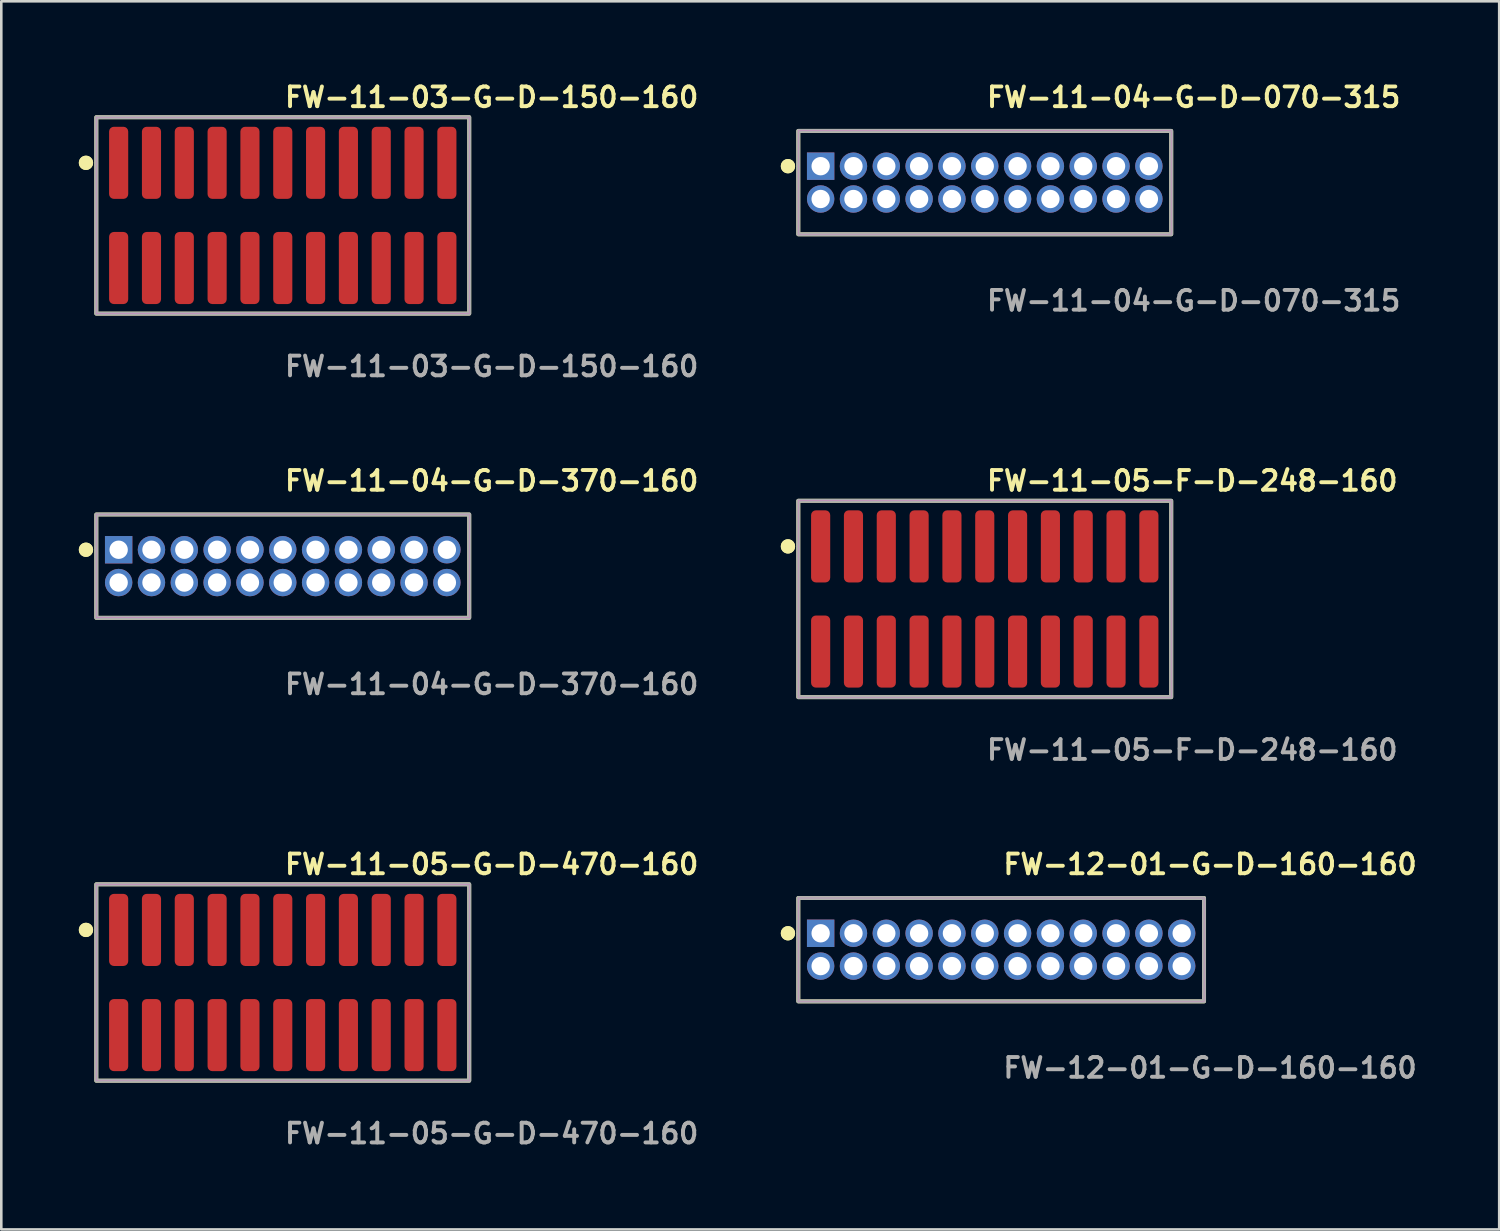
<source format=kicad_pcb>
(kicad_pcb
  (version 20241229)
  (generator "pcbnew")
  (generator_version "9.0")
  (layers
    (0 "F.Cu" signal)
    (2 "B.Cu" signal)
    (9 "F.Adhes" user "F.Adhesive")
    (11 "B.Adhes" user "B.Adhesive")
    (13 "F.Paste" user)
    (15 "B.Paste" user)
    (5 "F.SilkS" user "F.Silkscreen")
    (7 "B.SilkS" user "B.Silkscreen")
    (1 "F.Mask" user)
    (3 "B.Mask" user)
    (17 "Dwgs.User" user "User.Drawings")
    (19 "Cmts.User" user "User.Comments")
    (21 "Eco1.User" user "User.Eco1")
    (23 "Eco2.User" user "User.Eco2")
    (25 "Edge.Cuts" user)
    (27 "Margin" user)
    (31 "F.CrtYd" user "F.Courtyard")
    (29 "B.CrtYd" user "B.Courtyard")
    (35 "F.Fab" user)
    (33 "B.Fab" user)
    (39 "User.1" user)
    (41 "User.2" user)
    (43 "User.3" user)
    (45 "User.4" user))
  (footprint "FW-11-04-G-D-070-315"
    (layer "F.Cu")
    (at 35.053 4.015)
    (property "Reference" "FW-11-04-G-D-070-315" (at 0 -3.302 0) (unlocked yes) (layer "F.SilkS") (effects (font (size 0.762 0.762) (thickness 0.152)) (justify left)))
    (fp_rect (start -7.215 2) (end 7.215 -2) (stroke (width 0.152) (type solid)) (fill no) (layer "F.SilkS"))
    (fp_circle (center -7.615 -0.635) (end -7.815 -0.635) (stroke (width 0.152) (type solid)) (fill yes) (layer "F.SilkS"))
    (fp_circle (center -7.615 -0.635) (end -7.815 -0.635) (stroke (width 0.152) (type solid)) (fill yes) (layer "F.SilkS"))
    (fp_rect (start -7.215 2) (end 7.215 -2) (stroke (width 0.006) (type solid)) (fill no) (layer "F.CrtYd"))
    (fp_rect (start -7.215 2) (end 7.215 -2) (stroke (width 0.152) (type solid)) (fill no) (layer "F.Fab"))
    (fp_text user "${REFERENCE}" (at 0 4.572 0) (unlocked yes) (layer "F.Fab") (effects (font (size 0.762 0.762) (thickness 0.152)) (justify left)))
    (pad "1" thru_hole rect (at -6.35 -0.635) (size 1.06 1.06) (drill 0.71) (layers "*.Cu" "*.Mask"))
    (pad "2" thru_hole circle (at -6.35 0.635) (size 1.06 1.06) (drill 0.71) (layers "*.Cu" "*.Mask"))
    (pad "3" thru_hole circle (at -5.08 -0.635) (size 1.06 1.06) (drill 0.71) (layers "*.Cu" "*.Mask"))
    (pad "4" thru_hole circle (at -5.08 0.635) (size 1.06 1.06) (drill 0.71) (layers "*.Cu" "*.Mask"))
    (pad "5" thru_hole circle (at -3.81 -0.635) (size 1.06 1.06) (drill 0.71) (layers "*.Cu" "*.Mask"))
    (pad "6" thru_hole circle (at -3.81 0.635) (size 1.06 1.06) (drill 0.71) (layers "*.Cu" "*.Mask"))
    (pad "7" thru_hole circle (at -2.54 -0.635) (size 1.06 1.06) (drill 0.71) (layers "*.Cu" "*.Mask"))
    (pad "8" thru_hole circle (at -2.54 0.635) (size 1.06 1.06) (drill 0.71) (layers "*.Cu" "*.Mask"))
    (pad "9" thru_hole circle (at -1.27 -0.635) (size 1.06 1.06) (drill 0.71) (layers "*.Cu" "*.Mask"))
    (pad "10" thru_hole circle (at -1.27 0.635) (size 1.06 1.06) (drill 0.71) (layers "*.Cu" "*.Mask"))
    (pad "11" thru_hole circle (at 0 -0.635) (size 1.06 1.06) (drill 0.71) (layers "*.Cu" "*.Mask"))
    (pad "12" thru_hole circle (at 0 0.635) (size 1.06 1.06) (drill 0.71) (layers "*.Cu" "*.Mask"))
    (pad "13" thru_hole circle (at 1.27 -0.635) (size 1.06 1.06) (drill 0.71) (layers "*.Cu" "*.Mask"))
    (pad "14" thru_hole circle (at 1.27 0.635) (size 1.06 1.06) (drill 0.71) (layers "*.Cu" "*.Mask"))
    (pad "15" thru_hole circle (at 2.54 -0.635) (size 1.06 1.06) (drill 0.71) (layers "*.Cu" "*.Mask"))
    (pad "16" thru_hole circle (at 2.54 0.635) (size 1.06 1.06) (drill 0.71) (layers "*.Cu" "*.Mask"))
    (pad "17" thru_hole circle (at 3.81 -0.635) (size 1.06 1.06) (drill 0.71) (layers "*.Cu" "*.Mask"))
    (pad "18" thru_hole circle (at 3.81 0.635) (size 1.06 1.06) (drill 0.71) (layers "*.Cu" "*.Mask"))
    (pad "19" thru_hole circle (at 5.08 -0.635) (size 1.06 1.06) (drill 0.71) (layers "*.Cu" "*.Mask"))
    (pad "20" thru_hole circle (at 5.08 0.635) (size 1.06 1.06) (drill 0.71) (layers "*.Cu" "*.Mask"))
    (pad "21" thru_hole circle (at 6.35 -0.635) (size 1.06 1.06) (drill 0.71) (layers "*.Cu" "*.Mask"))
    (pad "22" thru_hole circle (at 6.35 0.635) (size 1.06 1.06) (drill 0.71) (layers "*.Cu" "*.Mask")))
  (footprint "FW-11-05-G-D-470-160"
    (layer "F.Cu")
    (at 7.891 34.966)
    (property "Reference" "FW-11-05-G-D-470-160" (at 0 -4.572 0) (unlocked yes) (layer "F.SilkS") (effects (font (size 0.762 0.762) (thickness 0.152)) (justify left)))
    (fp_rect (start -7.215 3.8) (end 7.215 -3.8) (stroke (width 0.152) (type solid)) (fill no) (layer "F.SilkS"))
    (fp_circle (center -7.615 -2.035) (end -7.815 -2.035) (stroke (width 0.152) (type solid)) (fill yes) (layer "F.SilkS"))
    (fp_circle (center -7.615 -2.035) (end -7.815 -2.035) (stroke (width 0.152) (type solid)) (fill yes) (layer "F.SilkS"))
    (fp_rect (start -7.215 3.8) (end 7.215 -3.8) (stroke (width 0.006) (type solid)) (fill no) (layer "F.CrtYd"))
    (fp_rect (start -7.215 3.8) (end 7.215 -3.8) (stroke (width 0.152) (type solid)) (fill no) (layer "F.Fab"))
    (fp_text user "${REFERENCE}" (at 0 5.842 0) (unlocked yes) (layer "F.Fab") (effects (font (size 0.762 0.762) (thickness 0.152)) (justify left)))
    (pad "1" smd roundrect (at -6.35 -2.035) (size 0.74 2.79) (layers "F.Cu" "F.Paste") (roundrect_rratio 0.25))
    (pad "2" smd roundrect (at -6.35 2.035) (size 0.74 2.79) (layers "F.Cu" "F.Paste") (roundrect_rratio 0.25))
    (pad "3" smd roundrect (at -5.08 -2.035) (size 0.74 2.79) (layers "F.Cu" "F.Paste") (roundrect_rratio 0.25))
    (pad "4" smd roundrect (at -5.08 2.035) (size 0.74 2.79) (layers "F.Cu" "F.Paste") (roundrect_rratio 0.25))
    (pad "5" smd roundrect (at -3.81 -2.035) (size 0.74 2.79) (layers "F.Cu" "F.Paste") (roundrect_rratio 0.25))
    (pad "6" smd roundrect (at -3.81 2.035) (size 0.74 2.79) (layers "F.Cu" "F.Paste") (roundrect_rratio 0.25))
    (pad "7" smd roundrect (at -2.54 -2.035) (size 0.74 2.79) (layers "F.Cu" "F.Paste") (roundrect_rratio 0.25))
    (pad "8" smd roundrect (at -2.54 2.035) (size 0.74 2.79) (layers "F.Cu" "F.Paste") (roundrect_rratio 0.25))
    (pad "9" smd roundrect (at -1.27 -2.035) (size 0.74 2.79) (layers "F.Cu" "F.Paste") (roundrect_rratio 0.25))
    (pad "10" smd roundrect (at -1.27 2.035) (size 0.74 2.79) (layers "F.Cu" "F.Paste") (roundrect_rratio 0.25))
    (pad "11" smd roundrect (at 0 -2.035) (size 0.74 2.79) (layers "F.Cu" "F.Paste") (roundrect_rratio 0.25))
    (pad "12" smd roundrect (at 0 2.035) (size 0.74 2.79) (layers "F.Cu" "F.Paste") (roundrect_rratio 0.25))
    (pad "13" smd roundrect (at 1.27 -2.035) (size 0.74 2.79) (layers "F.Cu" "F.Paste") (roundrect_rratio 0.25))
    (pad "14" smd roundrect (at 1.27 2.035) (size 0.74 2.79) (layers "F.Cu" "F.Paste") (roundrect_rratio 0.25))
    (pad "15" smd roundrect (at 2.54 -2.035) (size 0.74 2.79) (layers "F.Cu" "F.Paste") (roundrect_rratio 0.25))
    (pad "16" smd roundrect (at 2.54 2.035) (size 0.74 2.79) (layers "F.Cu" "F.Paste") (roundrect_rratio 0.25))
    (pad "17" smd roundrect (at 3.81 -2.035) (size 0.74 2.79) (layers "F.Cu" "F.Paste") (roundrect_rratio 0.25))
    (pad "18" smd roundrect (at 3.81 2.035) (size 0.74 2.79) (layers "F.Cu" "F.Paste") (roundrect_rratio 0.25))
    (pad "19" smd roundrect (at 5.08 -2.035) (size 0.74 2.79) (layers "F.Cu" "F.Paste") (roundrect_rratio 0.25))
    (pad "20" smd roundrect (at 5.08 2.035) (size 0.74 2.79) (layers "F.Cu" "F.Paste") (roundrect_rratio 0.25))
    (pad "21" smd roundrect (at 6.35 -2.035) (size 0.74 2.79) (layers "F.Cu" "F.Paste") (roundrect_rratio 0.25))
    (pad "22" smd roundrect (at 6.35 2.035) (size 0.74 2.79) (layers "F.Cu" "F.Paste") (roundrect_rratio 0.25)))
  (footprint "FW-11-05-F-D-248-160"
    (layer "F.Cu")
    (at 35.053 20.126)
    (property "Reference" "FW-11-05-F-D-248-160" (at 0 -4.572 0) (unlocked yes) (layer "F.SilkS") (effects (font (size 0.762 0.762) (thickness 0.152)) (justify left)))
    (fp_rect (start -7.215 3.8) (end 7.215 -3.8) (stroke (width 0.152) (type solid)) (fill no) (layer "F.SilkS"))
    (fp_circle (center -7.615 -2.035) (end -7.815 -2.035) (stroke (width 0.152) (type solid)) (fill yes) (layer "F.SilkS"))
    (fp_circle (center -7.615 -2.035) (end -7.815 -2.035) (stroke (width 0.152) (type solid)) (fill yes) (layer "F.SilkS"))
    (fp_rect (start -7.215 3.8) (end 7.215 -3.8) (stroke (width 0.006) (type solid)) (fill no) (layer "F.CrtYd"))
    (fp_rect (start -7.215 3.8) (end 7.215 -3.8) (stroke (width 0.152) (type solid)) (fill no) (layer "F.Fab"))
    (fp_text user "${REFERENCE}" (at 0 5.842 0) (unlocked yes) (layer "F.Fab") (effects (font (size 0.762 0.762) (thickness 0.152)) (justify left)))
    (pad "1" smd roundrect (at -6.35 -2.035) (size 0.74 2.79) (layers "F.Cu" "F.Paste") (roundrect_rratio 0.25))
    (pad "2" smd roundrect (at -6.35 2.035) (size 0.74 2.79) (layers "F.Cu" "F.Paste") (roundrect_rratio 0.25))
    (pad "3" smd roundrect (at -5.08 -2.035) (size 0.74 2.79) (layers "F.Cu" "F.Paste") (roundrect_rratio 0.25))
    (pad "4" smd roundrect (at -5.08 2.035) (size 0.74 2.79) (layers "F.Cu" "F.Paste") (roundrect_rratio 0.25))
    (pad "5" smd roundrect (at -3.81 -2.035) (size 0.74 2.79) (layers "F.Cu" "F.Paste") (roundrect_rratio 0.25))
    (pad "6" smd roundrect (at -3.81 2.035) (size 0.74 2.79) (layers "F.Cu" "F.Paste") (roundrect_rratio 0.25))
    (pad "7" smd roundrect (at -2.54 -2.035) (size 0.74 2.79) (layers "F.Cu" "F.Paste") (roundrect_rratio 0.25))
    (pad "8" smd roundrect (at -2.54 2.035) (size 0.74 2.79) (layers "F.Cu" "F.Paste") (roundrect_rratio 0.25))
    (pad "9" smd roundrect (at -1.27 -2.035) (size 0.74 2.79) (layers "F.Cu" "F.Paste") (roundrect_rratio 0.25))
    (pad "10" smd roundrect (at -1.27 2.035) (size 0.74 2.79) (layers "F.Cu" "F.Paste") (roundrect_rratio 0.25))
    (pad "11" smd roundrect (at 0 -2.035) (size 0.74 2.79) (layers "F.Cu" "F.Paste") (roundrect_rratio 0.25))
    (pad "12" smd roundrect (at 0 2.035) (size 0.74 2.79) (layers "F.Cu" "F.Paste") (roundrect_rratio 0.25))
    (pad "13" smd roundrect (at 1.27 -2.035) (size 0.74 2.79) (layers "F.Cu" "F.Paste") (roundrect_rratio 0.25))
    (pad "14" smd roundrect (at 1.27 2.035) (size 0.74 2.79) (layers "F.Cu" "F.Paste") (roundrect_rratio 0.25))
    (pad "15" smd roundrect (at 2.54 -2.035) (size 0.74 2.79) (layers "F.Cu" "F.Paste") (roundrect_rratio 0.25))
    (pad "16" smd roundrect (at 2.54 2.035) (size 0.74 2.79) (layers "F.Cu" "F.Paste") (roundrect_rratio 0.25))
    (pad "17" smd roundrect (at 3.81 -2.035) (size 0.74 2.79) (layers "F.Cu" "F.Paste") (roundrect_rratio 0.25))
    (pad "18" smd roundrect (at 3.81 2.035) (size 0.74 2.79) (layers "F.Cu" "F.Paste") (roundrect_rratio 0.25))
    (pad "19" smd roundrect (at 5.08 -2.035) (size 0.74 2.79) (layers "F.Cu" "F.Paste") (roundrect_rratio 0.25))
    (pad "20" smd roundrect (at 5.08 2.035) (size 0.74 2.79) (layers "F.Cu" "F.Paste") (roundrect_rratio 0.25))
    (pad "21" smd roundrect (at 6.35 -2.035) (size 0.74 2.79) (layers "F.Cu" "F.Paste") (roundrect_rratio 0.25))
    (pad "22" smd roundrect (at 6.35 2.035) (size 0.74 2.79) (layers "F.Cu" "F.Paste") (roundrect_rratio 0.25)))
  (footprint "FW-11-03-G-D-150-160"
    (layer "F.Cu")
    (at 7.891 5.285)
    (property "Reference" "FW-11-03-G-D-150-160" (at 0 -4.572 0) (unlocked yes) (layer "F.SilkS") (effects (font (size 0.762 0.762) (thickness 0.152)) (justify left)))
    (fp_rect (start -7.215 3.8) (end 7.215 -3.8) (stroke (width 0.152) (type solid)) (fill no) (layer "F.SilkS"))
    (fp_circle (center -7.615 -2.035) (end -7.815 -2.035) (stroke (width 0.152) (type solid)) (fill yes) (layer "F.SilkS"))
    (fp_circle (center -7.615 -2.035) (end -7.815 -2.035) (stroke (width 0.152) (type solid)) (fill yes) (layer "F.SilkS"))
    (fp_rect (start -7.215 3.8) (end 7.215 -3.8) (stroke (width 0.006) (type solid)) (fill no) (layer "F.CrtYd"))
    (fp_rect (start -7.215 3.8) (end 7.215 -3.8) (stroke (width 0.152) (type solid)) (fill no) (layer "F.Fab"))
    (fp_text user "${REFERENCE}" (at 0 5.842 0) (unlocked yes) (layer "F.Fab") (effects (font (size 0.762 0.762) (thickness 0.152)) (justify left)))
    (pad "1" smd roundrect (at -6.35 -2.035) (size 0.74 2.79) (layers "F.Cu" "F.Paste") (roundrect_rratio 0.25))
    (pad "2" smd roundrect (at -6.35 2.035) (size 0.74 2.79) (layers "F.Cu" "F.Paste") (roundrect_rratio 0.25))
    (pad "3" smd roundrect (at -5.08 -2.035) (size 0.74 2.79) (layers "F.Cu" "F.Paste") (roundrect_rratio 0.25))
    (pad "4" smd roundrect (at -5.08 2.035) (size 0.74 2.79) (layers "F.Cu" "F.Paste") (roundrect_rratio 0.25))
    (pad "5" smd roundrect (at -3.81 -2.035) (size 0.74 2.79) (layers "F.Cu" "F.Paste") (roundrect_rratio 0.25))
    (pad "6" smd roundrect (at -3.81 2.035) (size 0.74 2.79) (layers "F.Cu" "F.Paste") (roundrect_rratio 0.25))
    (pad "7" smd roundrect (at -2.54 -2.035) (size 0.74 2.79) (layers "F.Cu" "F.Paste") (roundrect_rratio 0.25))
    (pad "8" smd roundrect (at -2.54 2.035) (size 0.74 2.79) (layers "F.Cu" "F.Paste") (roundrect_rratio 0.25))
    (pad "9" smd roundrect (at -1.27 -2.035) (size 0.74 2.79) (layers "F.Cu" "F.Paste") (roundrect_rratio 0.25))
    (pad "10" smd roundrect (at -1.27 2.035) (size 0.74 2.79) (layers "F.Cu" "F.Paste") (roundrect_rratio 0.25))
    (pad "11" smd roundrect (at 0 -2.035) (size 0.74 2.79) (layers "F.Cu" "F.Paste") (roundrect_rratio 0.25))
    (pad "12" smd roundrect (at 0 2.035) (size 0.74 2.79) (layers "F.Cu" "F.Paste") (roundrect_rratio 0.25))
    (pad "13" smd roundrect (at 1.27 -2.035) (size 0.74 2.79) (layers "F.Cu" "F.Paste") (roundrect_rratio 0.25))
    (pad "14" smd roundrect (at 1.27 2.035) (size 0.74 2.79) (layers "F.Cu" "F.Paste") (roundrect_rratio 0.25))
    (pad "15" smd roundrect (at 2.54 -2.035) (size 0.74 2.79) (layers "F.Cu" "F.Paste") (roundrect_rratio 0.25))
    (pad "16" smd roundrect (at 2.54 2.035) (size 0.74 2.79) (layers "F.Cu" "F.Paste") (roundrect_rratio 0.25))
    (pad "17" smd roundrect (at 3.81 -2.035) (size 0.74 2.79) (layers "F.Cu" "F.Paste") (roundrect_rratio 0.25))
    (pad "18" smd roundrect (at 3.81 2.035) (size 0.74 2.79) (layers "F.Cu" "F.Paste") (roundrect_rratio 0.25))
    (pad "19" smd roundrect (at 5.08 -2.035) (size 0.74 2.79) (layers "F.Cu" "F.Paste") (roundrect_rratio 0.25))
    (pad "20" smd roundrect (at 5.08 2.035) (size 0.74 2.79) (layers "F.Cu" "F.Paste") (roundrect_rratio 0.25))
    (pad "21" smd roundrect (at 6.35 -2.035) (size 0.74 2.79) (layers "F.Cu" "F.Paste") (roundrect_rratio 0.25))
    (pad "22" smd roundrect (at 6.35 2.035) (size 0.74 2.79) (layers "F.Cu" "F.Paste") (roundrect_rratio 0.25)))
  (footprint "FW-11-04-G-D-370-160"
    (layer "F.Cu")
    (at 7.891 18.856)
    (property "Reference" "FW-11-04-G-D-370-160" (at 0 -3.302 0) (unlocked yes) (layer "F.SilkS") (effects (font (size 0.762 0.762) (thickness 0.152)) (justify left)))
    (fp_rect (start -7.215 2) (end 7.215 -2) (stroke (width 0.152) (type solid)) (fill no) (layer "F.SilkS"))
    (fp_circle (center -7.615 -0.635) (end -7.815 -0.635) (stroke (width 0.152) (type solid)) (fill yes) (layer "F.SilkS"))
    (fp_circle (center -7.615 -0.635) (end -7.815 -0.635) (stroke (width 0.152) (type solid)) (fill yes) (layer "F.SilkS"))
    (fp_rect (start -7.215 2) (end 7.215 -2) (stroke (width 0.006) (type solid)) (fill no) (layer "F.CrtYd"))
    (fp_rect (start -7.215 2) (end 7.215 -2) (stroke (width 0.152) (type solid)) (fill no) (layer "F.Fab"))
    (fp_text user "${REFERENCE}" (at 0 4.572 0) (unlocked yes) (layer "F.Fab") (effects (font (size 0.762 0.762) (thickness 0.152)) (justify left)))
    (pad "1" thru_hole rect (at -6.35 -0.635) (size 1.06 1.06) (drill 0.71) (layers "*.Cu" "*.Mask"))
    (pad "2" thru_hole circle (at -6.35 0.635) (size 1.06 1.06) (drill 0.71) (layers "*.Cu" "*.Mask"))
    (pad "3" thru_hole circle (at -5.08 -0.635) (size 1.06 1.06) (drill 0.71) (layers "*.Cu" "*.Mask"))
    (pad "4" thru_hole circle (at -5.08 0.635) (size 1.06 1.06) (drill 0.71) (layers "*.Cu" "*.Mask"))
    (pad "5" thru_hole circle (at -3.81 -0.635) (size 1.06 1.06) (drill 0.71) (layers "*.Cu" "*.Mask"))
    (pad "6" thru_hole circle (at -3.81 0.635) (size 1.06 1.06) (drill 0.71) (layers "*.Cu" "*.Mask"))
    (pad "7" thru_hole circle (at -2.54 -0.635) (size 1.06 1.06) (drill 0.71) (layers "*.Cu" "*.Mask"))
    (pad "8" thru_hole circle (at -2.54 0.635) (size 1.06 1.06) (drill 0.71) (layers "*.Cu" "*.Mask"))
    (pad "9" thru_hole circle (at -1.27 -0.635) (size 1.06 1.06) (drill 0.71) (layers "*.Cu" "*.Mask"))
    (pad "10" thru_hole circle (at -1.27 0.635) (size 1.06 1.06) (drill 0.71) (layers "*.Cu" "*.Mask"))
    (pad "11" thru_hole circle (at 0 -0.635) (size 1.06 1.06) (drill 0.71) (layers "*.Cu" "*.Mask"))
    (pad "12" thru_hole circle (at 0 0.635) (size 1.06 1.06) (drill 0.71) (layers "*.Cu" "*.Mask"))
    (pad "13" thru_hole circle (at 1.27 -0.635) (size 1.06 1.06) (drill 0.71) (layers "*.Cu" "*.Mask"))
    (pad "14" thru_hole circle (at 1.27 0.635) (size 1.06 1.06) (drill 0.71) (layers "*.Cu" "*.Mask"))
    (pad "15" thru_hole circle (at 2.54 -0.635) (size 1.06 1.06) (drill 0.71) (layers "*.Cu" "*.Mask"))
    (pad "16" thru_hole circle (at 2.54 0.635) (size 1.06 1.06) (drill 0.71) (layers "*.Cu" "*.Mask"))
    (pad "17" thru_hole circle (at 3.81 -0.635) (size 1.06 1.06) (drill 0.71) (layers "*.Cu" "*.Mask"))
    (pad "18" thru_hole circle (at 3.81 0.635) (size 1.06 1.06) (drill 0.71) (layers "*.Cu" "*.Mask"))
    (pad "19" thru_hole circle (at 5.08 -0.635) (size 1.06 1.06) (drill 0.71) (layers "*.Cu" "*.Mask"))
    (pad "20" thru_hole circle (at 5.08 0.635) (size 1.06 1.06) (drill 0.71) (layers "*.Cu" "*.Mask"))
    (pad "21" thru_hole circle (at 6.35 -0.635) (size 1.06 1.06) (drill 0.71) (layers "*.Cu" "*.Mask"))
    (pad "22" thru_hole circle (at 6.35 0.635) (size 1.06 1.06) (drill 0.71) (layers "*.Cu" "*.Mask")))
  (footprint "FW-12-01-G-D-160-160"
    (layer "F.Cu")
    (at 35.688 33.696)
    (property "Reference" "FW-12-01-G-D-160-160" (at 0 -3.302 0) (unlocked yes) (layer "F.SilkS") (effects (font (size 0.762 0.762) (thickness 0.152)) (justify left)))
    (fp_rect (start -7.85 2) (end 7.85 -2) (stroke (width 0.152) (type solid)) (fill no) (layer "F.SilkS"))
    (fp_circle (center -8.25 -0.635) (end -8.45 -0.635) (stroke (width 0.152) (type solid)) (fill yes) (layer "F.SilkS"))
    (fp_circle (center -8.25 -0.635) (end -8.45 -0.635) (stroke (width 0.152) (type solid)) (fill yes) (layer "F.SilkS"))
    (fp_rect (start -7.85 2) (end 7.85 -2) (stroke (width 0.006) (type solid)) (fill no) (layer "F.CrtYd"))
    (fp_rect (start -7.85 2) (end 7.85 -2) (stroke (width 0.152) (type solid)) (fill no) (layer "F.Fab"))
    (fp_text user "${REFERENCE}" (at 0 4.572 0) (unlocked yes) (layer "F.Fab") (effects (font (size 0.762 0.762) (thickness 0.152)) (justify left)))
    (pad "1" thru_hole rect (at -6.985 -0.635) (size 1.06 1.06) (drill 0.71) (layers "*.Cu" "*.Mask"))
    (pad "2" thru_hole circle (at -6.985 0.635) (size 1.06 1.06) (drill 0.71) (layers "*.Cu" "*.Mask"))
    (pad "3" thru_hole circle (at -5.715 -0.635) (size 1.06 1.06) (drill 0.71) (layers "*.Cu" "*.Mask"))
    (pad "4" thru_hole circle (at -5.715 0.635) (size 1.06 1.06) (drill 0.71) (layers "*.Cu" "*.Mask"))
    (pad "5" thru_hole circle (at -4.445 -0.635) (size 1.06 1.06) (drill 0.71) (layers "*.Cu" "*.Mask"))
    (pad "6" thru_hole circle (at -4.445 0.635) (size 1.06 1.06) (drill 0.71) (layers "*.Cu" "*.Mask"))
    (pad "7" thru_hole circle (at -3.175 -0.635) (size 1.06 1.06) (drill 0.71) (layers "*.Cu" "*.Mask"))
    (pad "8" thru_hole circle (at -3.175 0.635) (size 1.06 1.06) (drill 0.71) (layers "*.Cu" "*.Mask"))
    (pad "9" thru_hole circle (at -1.905 -0.635) (size 1.06 1.06) (drill 0.71) (layers "*.Cu" "*.Mask"))
    (pad "10" thru_hole circle (at -1.905 0.635) (size 1.06 1.06) (drill 0.71) (layers "*.Cu" "*.Mask"))
    (pad "11" thru_hole circle (at -0.635 -0.635) (size 1.06 1.06) (drill 0.71) (layers "*.Cu" "*.Mask"))
    (pad "12" thru_hole circle (at -0.635 0.635) (size 1.06 1.06) (drill 0.71) (layers "*.Cu" "*.Mask"))
    (pad "13" thru_hole circle (at 0.635 -0.635) (size 1.06 1.06) (drill 0.71) (layers "*.Cu" "*.Mask"))
    (pad "14" thru_hole circle (at 0.635 0.635) (size 1.06 1.06) (drill 0.71) (layers "*.Cu" "*.Mask"))
    (pad "15" thru_hole circle (at 1.905 -0.635) (size 1.06 1.06) (drill 0.71) (layers "*.Cu" "*.Mask"))
    (pad "16" thru_hole circle (at 1.905 0.635) (size 1.06 1.06) (drill 0.71) (layers "*.Cu" "*.Mask"))
    (pad "17" thru_hole circle (at 3.175 -0.635) (size 1.06 1.06) (drill 0.71) (layers "*.Cu" "*.Mask"))
    (pad "18" thru_hole circle (at 3.175 0.635) (size 1.06 1.06) (drill 0.71) (layers "*.Cu" "*.Mask"))
    (pad "19" thru_hole circle (at 4.445 -0.635) (size 1.06 1.06) (drill 0.71) (layers "*.Cu" "*.Mask"))
    (pad "20" thru_hole circle (at 4.445 0.635) (size 1.06 1.06) (drill 0.71) (layers "*.Cu" "*.Mask"))
    (pad "21" thru_hole circle (at 5.715 -0.635) (size 1.06 1.06) (drill 0.71) (layers "*.Cu" "*.Mask"))
    (pad "22" thru_hole circle (at 5.715 0.635) (size 1.06 1.06) (drill 0.71) (layers "*.Cu" "*.Mask"))
    (pad "23" thru_hole circle (at 6.985 -0.635) (size 1.06 1.06) (drill 0.71) (layers "*.Cu" "*.Mask"))
    (pad "24" thru_hole circle (at 6.985 0.635) (size 1.06 1.06) (drill 0.71) (layers "*.Cu" "*.Mask")))
  (gr_rect
    (start -3 -3)
    (end 54.958 44.521)
    (stroke (width 0.1) (type default))
    (fill no)
    (layer "Edge.Cuts")))
</source>
